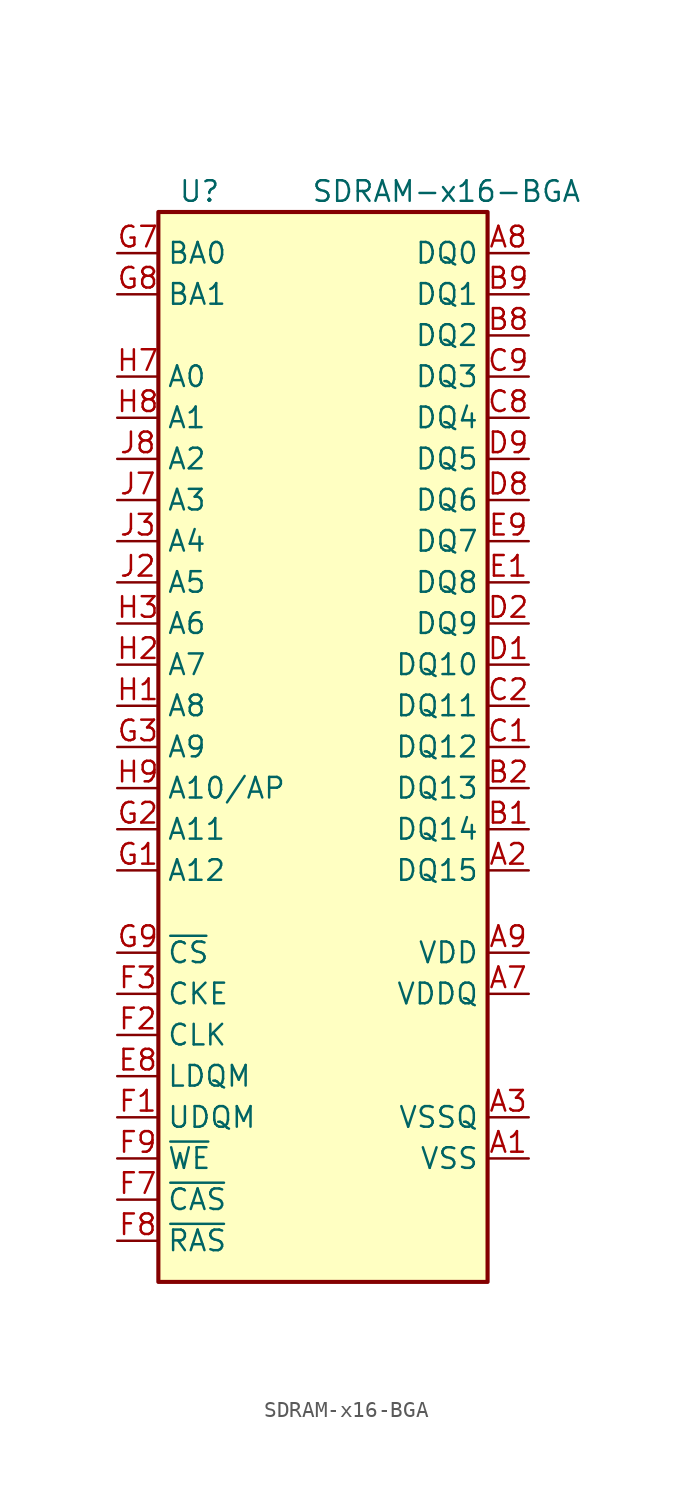
<source format=kicad_sym>
(kicad_symbol_lib
  (version 20201005)
  (generator kicad_symbol_editor)
  (symbol "winbond:SDRAM-x16-BGA"
    (property "Reference" "U"
      (at -7.62 34.29 0)
      (effects (font (size 1.27 1.27))))
    (property "Value" "SDRAM-x16-BGA"
      (at 7.62 34.29 0)
      (effects (font (size 1.27 1.27))))
    (symbol "SDRAM-x16-BGA_0_0"
      (pin input line (at -12.7 -7.62 0) (length 2.54) (name "A12" (effects (font (size 1.27 1.27)))) (number "G1" (effects (font (size 1.27 1.27))))))
    (symbol "SDRAM-x16-BGA_0_1"
      (rectangle (start -10.16 33.02) (end 10.16 -33.02) (stroke (width 0.254)) (fill (type background))))
    (symbol "SDRAM-x16-BGA_1_1"
      (pin power_in line (at 12.7 -25.4 180) (length 2.54) (name "VSS" (effects (font (size 1.27 1.27)))) (number "A1" (effects (font (size 1.27 1.27)))))
      (pin bidirectional line (at 12.7 -7.62 180) (length 2.54) (name "DQ15" (effects (font (size 1.27 1.27)))) (number "A2" (effects (font (size 1.27 1.27)))))
      (pin power_in line (at 12.7 -22.86 180) (length 2.54) (name "VSSQ" (effects (font (size 1.27 1.27)))) (number "A3" (effects (font (size 1.27 1.27)))))
      (pin power_in line (at 12.7 -15.24 180) (length 2.54) (name "VDDQ" (effects (font (size 1.27 1.27)))) (number "A7" (effects (font (size 1.27 1.27)))))
      (pin bidirectional line (at 12.7 30.48 180) (length 2.54) (name "DQ0" (effects (font (size 1.27 1.27)))) (number "A8" (effects (font (size 1.27 1.27)))))
      (pin power_in line (at 12.7 -12.7 180) (length 2.54) (name "VDD" (effects (font (size 1.27 1.27)))) (number "A9" (effects (font (size 1.27 1.27)))))
      (pin bidirectional line (at 12.7 -5.08 180) (length 2.54) (name "DQ14" (effects (font (size 1.27 1.27)))) (number "B1" (effects (font (size 1.27 1.27)))))
      (pin bidirectional line (at 12.7 -2.54 180) (length 2.54) (name "DQ13" (effects (font (size 1.27 1.27)))) (number "B2" (effects (font (size 1.27 1.27)))))
      (pin passive line (at 12.7 -15.24 180) (length 2.54) hide (name "VDDQ" (effects (font (size 1.27 1.27)))) (number "B3" (effects (font (size 1.27 1.27)))))
      (pin passive line (at 12.7 -22.86 180) (length 2.54) hide (name "VSSQ" (effects (font (size 1.27 1.27)))) (number "B7" (effects (font (size 1.27 1.27)))))
      (pin bidirectional line (at 12.7 25.4 180) (length 2.54) (name "DQ2" (effects (font (size 1.27 1.27)))) (number "B8" (effects (font (size 1.27 1.27)))))
      (pin bidirectional line (at 12.7 27.94 180) (length 2.54) (name "DQ1" (effects (font (size 1.27 1.27)))) (number "B9" (effects (font (size 1.27 1.27)))))
      (pin bidirectional line (at 12.7 0 180) (length 2.54) (name "DQ12" (effects (font (size 1.27 1.27)))) (number "C1" (effects (font (size 1.27 1.27)))))
      (pin bidirectional line (at 12.7 2.54 180) (length 2.54) (name "DQ11" (effects (font (size 1.27 1.27)))) (number "C2" (effects (font (size 1.27 1.27)))))
      (pin passive line (at 12.7 -22.86 180) (length 2.54) hide (name "VSSQ" (effects (font (size 1.27 1.27)))) (number "C3" (effects (font (size 1.27 1.27)))))
      (pin passive line (at 12.7 -15.24 180) (length 2.54) hide (name "VDDQ" (effects (font (size 1.27 1.27)))) (number "C7" (effects (font (size 1.27 1.27)))))
      (pin bidirectional line (at 12.7 20.32 180) (length 2.54) (name "DQ4" (effects (font (size 1.27 1.27)))) (number "C8" (effects (font (size 1.27 1.27)))))
      (pin bidirectional line (at 12.7 22.86 180) (length 2.54) (name "DQ3" (effects (font (size 1.27 1.27)))) (number "C9" (effects (font (size 1.27 1.27)))))
      (pin bidirectional line (at 12.7 5.08 180) (length 2.54) (name "DQ10" (effects (font (size 1.27 1.27)))) (number "D1" (effects (font (size 1.27 1.27)))))
      (pin bidirectional line (at 12.7 7.62 180) (length 2.54) (name "DQ9" (effects (font (size 1.27 1.27)))) (number "D2" (effects (font (size 1.27 1.27)))))
      (pin passive line (at 12.7 -15.24 180) (length 2.54) hide (name "VDDQ" (effects (font (size 1.27 1.27)))) (number "D3" (effects (font (size 1.27 1.27)))))
      (pin passive line (at 12.7 -22.86 180) (length 2.54) hide (name "VSSQ" (effects (font (size 1.27 1.27)))) (number "D7" (effects (font (size 1.27 1.27)))))
      (pin bidirectional line (at 12.7 15.24 180) (length 2.54) (name "DQ6" (effects (font (size 1.27 1.27)))) (number "D8" (effects (font (size 1.27 1.27)))))
      (pin bidirectional line (at 12.7 17.78 180) (length 2.54) (name "DQ5" (effects (font (size 1.27 1.27)))) (number "D9" (effects (font (size 1.27 1.27)))))
      (pin bidirectional line (at 12.7 10.16 180) (length 2.54) (name "DQ8" (effects (font (size 1.27 1.27)))) (number "E1" (effects (font (size 1.27 1.27)))))
      (pin no_connect line (at 10.16 -17.78 180) (length 2.54) hide (name "NC" (effects (font (size 1.27 1.27)))) (number "E2" (effects (font (size 1.27 1.27)))))
      (pin passive line (at 12.7 -25.4 180) (length 2.54) hide (name "VSS" (effects (font (size 1.27 1.27)))) (number "E3" (effects (font (size 1.27 1.27)))))
      (pin passive line (at 12.7 -12.7 180) (length 2.54) hide (name "VDD" (effects (font (size 1.27 1.27)))) (number "E7" (effects (font (size 1.27 1.27)))))
      (pin input line (at -12.7 -20.32 0) (length 2.54) (name "LDQM" (effects (font (size 1.27 1.27)))) (number "E8" (effects (font (size 1.27 1.27)))))
      (pin bidirectional line (at 12.7 12.7 180) (length 2.54) (name "DQ7" (effects (font (size 1.27 1.27)))) (number "E9" (effects (font (size 1.27 1.27)))))
      (pin input line (at -12.7 -22.86 0) (length 2.54) (name "UDQM" (effects (font (size 1.27 1.27)))) (number "F1" (effects (font (size 1.27 1.27)))))
      (pin input line (at -12.7 -17.78 0) (length 2.54) (name "CLK" (effects (font (size 1.27 1.27)))) (number "F2" (effects (font (size 1.27 1.27)))))
      (pin input line (at -12.7 -15.24 0) (length 2.54) (name "CKE" (effects (font (size 1.27 1.27)))) (number "F3" (effects (font (size 1.27 1.27)))))
      (pin input line (at -12.7 -27.94 0) (length 2.54) (name "~CAS~" (effects (font (size 1.27 1.27)))) (number "F7" (effects (font (size 1.27 1.27)))))
      (pin input line (at -12.7 -30.48 0) (length 2.54) (name "~RAS~" (effects (font (size 1.27 1.27)))) (number "F8" (effects (font (size 1.27 1.27)))))
      (pin input line (at -12.7 -25.4 0) (length 2.54) (name "~WE~" (effects (font (size 1.27 1.27)))) (number "F9" (effects (font (size 1.27 1.27)))))
      (pin input line (at -12.7 -5.08 0) (length 2.54) (name "A11" (effects (font (size 1.27 1.27)))) (number "G2" (effects (font (size 1.27 1.27)))))
      (pin input line (at -12.7 0 0) (length 2.54) (name "A9" (effects (font (size 1.27 1.27)))) (number "G3" (effects (font (size 1.27 1.27)))))
      (pin input line (at -12.7 30.48 0) (length 2.54) (name "BA0" (effects (font (size 1.27 1.27)))) (number "G7" (effects (font (size 1.27 1.27)))))
      (pin input line (at -12.7 27.94 0) (length 2.54) (name "BA1" (effects (font (size 1.27 1.27)))) (number "G8" (effects (font (size 1.27 1.27)))))
      (pin input line (at -12.7 -12.7 0) (length 2.54) (name "~CS~" (effects (font (size 1.27 1.27)))) (number "G9" (effects (font (size 1.27 1.27)))))
      (pin input line (at -12.7 2.54 0) (length 2.54) (name "A8" (effects (font (size 1.27 1.27)))) (number "H1" (effects (font (size 1.27 1.27)))))
      (pin input line (at -12.7 5.08 0) (length 2.54) (name "A7" (effects (font (size 1.27 1.27)))) (number "H2" (effects (font (size 1.27 1.27)))))
      (pin input line (at -12.7 7.62 0) (length 2.54) (name "A6" (effects (font (size 1.27 1.27)))) (number "H3" (effects (font (size 1.27 1.27)))))
      (pin input line (at -12.7 22.86 0) (length 2.54) (name "A0" (effects (font (size 1.27 1.27)))) (number "H7" (effects (font (size 1.27 1.27)))))
      (pin input line (at -12.7 20.32 0) (length 2.54) (name "A1" (effects (font (size 1.27 1.27)))) (number "H8" (effects (font (size 1.27 1.27)))))
      (pin input line (at -12.7 -2.54 0) (length 2.54) (name "A10/AP" (effects (font (size 1.27 1.27)))) (number "H9" (effects (font (size 1.27 1.27)))))
      (pin passive line (at 12.7 -25.4 180) (length 2.54) hide (name "VSS" (effects (font (size 1.27 1.27)))) (number "J1" (effects (font (size 1.27 1.27)))))
      (pin input line (at -12.7 10.16 0) (length 2.54) (name "A5" (effects (font (size 1.27 1.27)))) (number "J2" (effects (font (size 1.27 1.27)))))
      (pin input line (at -12.7 12.7 0) (length 2.54) (name "A4" (effects (font (size 1.27 1.27)))) (number "J3" (effects (font (size 1.27 1.27)))))
      (pin input line (at -12.7 15.24 0) (length 2.54) (name "A3" (effects (font (size 1.27 1.27)))) (number "J7" (effects (font (size 1.27 1.27)))))
      (pin input line (at -12.7 17.78 0) (length 2.54) (name "A2" (effects (font (size 1.27 1.27)))) (number "J8" (effects (font (size 1.27 1.27)))))
      (pin passive line (at 12.7 -12.7 180) (length 2.54) hide (name "VDD" (effects (font (size 1.27 1.27)))) (number "J9" (effects (font (size 1.27 1.27))))))))
</source>
